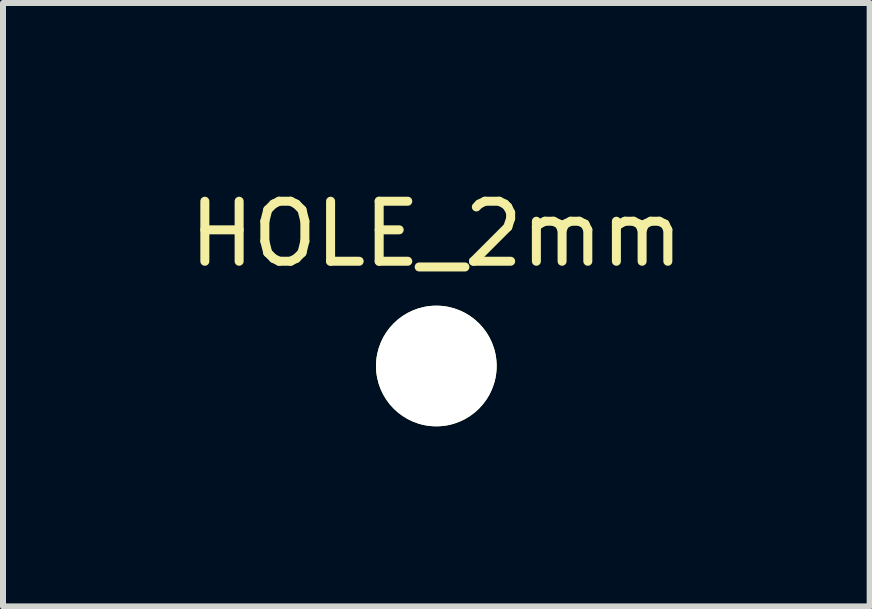
<source format=kicad_pcb>
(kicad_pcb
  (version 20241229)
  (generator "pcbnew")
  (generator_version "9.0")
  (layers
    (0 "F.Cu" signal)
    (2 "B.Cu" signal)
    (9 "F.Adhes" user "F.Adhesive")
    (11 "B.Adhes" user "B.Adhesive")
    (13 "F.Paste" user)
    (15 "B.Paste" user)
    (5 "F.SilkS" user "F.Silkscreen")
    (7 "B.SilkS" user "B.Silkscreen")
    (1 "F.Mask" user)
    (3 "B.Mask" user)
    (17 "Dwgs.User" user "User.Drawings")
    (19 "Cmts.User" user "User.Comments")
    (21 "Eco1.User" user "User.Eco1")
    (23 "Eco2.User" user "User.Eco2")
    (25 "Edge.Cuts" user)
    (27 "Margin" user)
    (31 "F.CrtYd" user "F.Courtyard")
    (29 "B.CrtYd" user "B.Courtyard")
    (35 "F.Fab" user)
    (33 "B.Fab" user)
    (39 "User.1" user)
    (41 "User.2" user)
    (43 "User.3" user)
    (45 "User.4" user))
  (footprint "HOLE_2mm"
    (layer "F.Cu")
    (at 4.22 3.048)
    (property "Reference" "HOLE_2mm" (at 0 -2.2 0) (layer "F.SilkS") (effects (font (size 1 1) (thickness 0.15))))
    (attr through_hole)
    (pad "" np_thru_hole circle (at 0 0) (size 2.01 2.01) (drill 2.01) (layers "*.Cu" "*.Mask" "F.SilkS")))
  (gr_rect
    (start -3 -3)
    (end 11.44 7.053)
    (stroke (width 0.1) (type default))
    (fill no)
    (layer "Edge.Cuts")))
</source>
